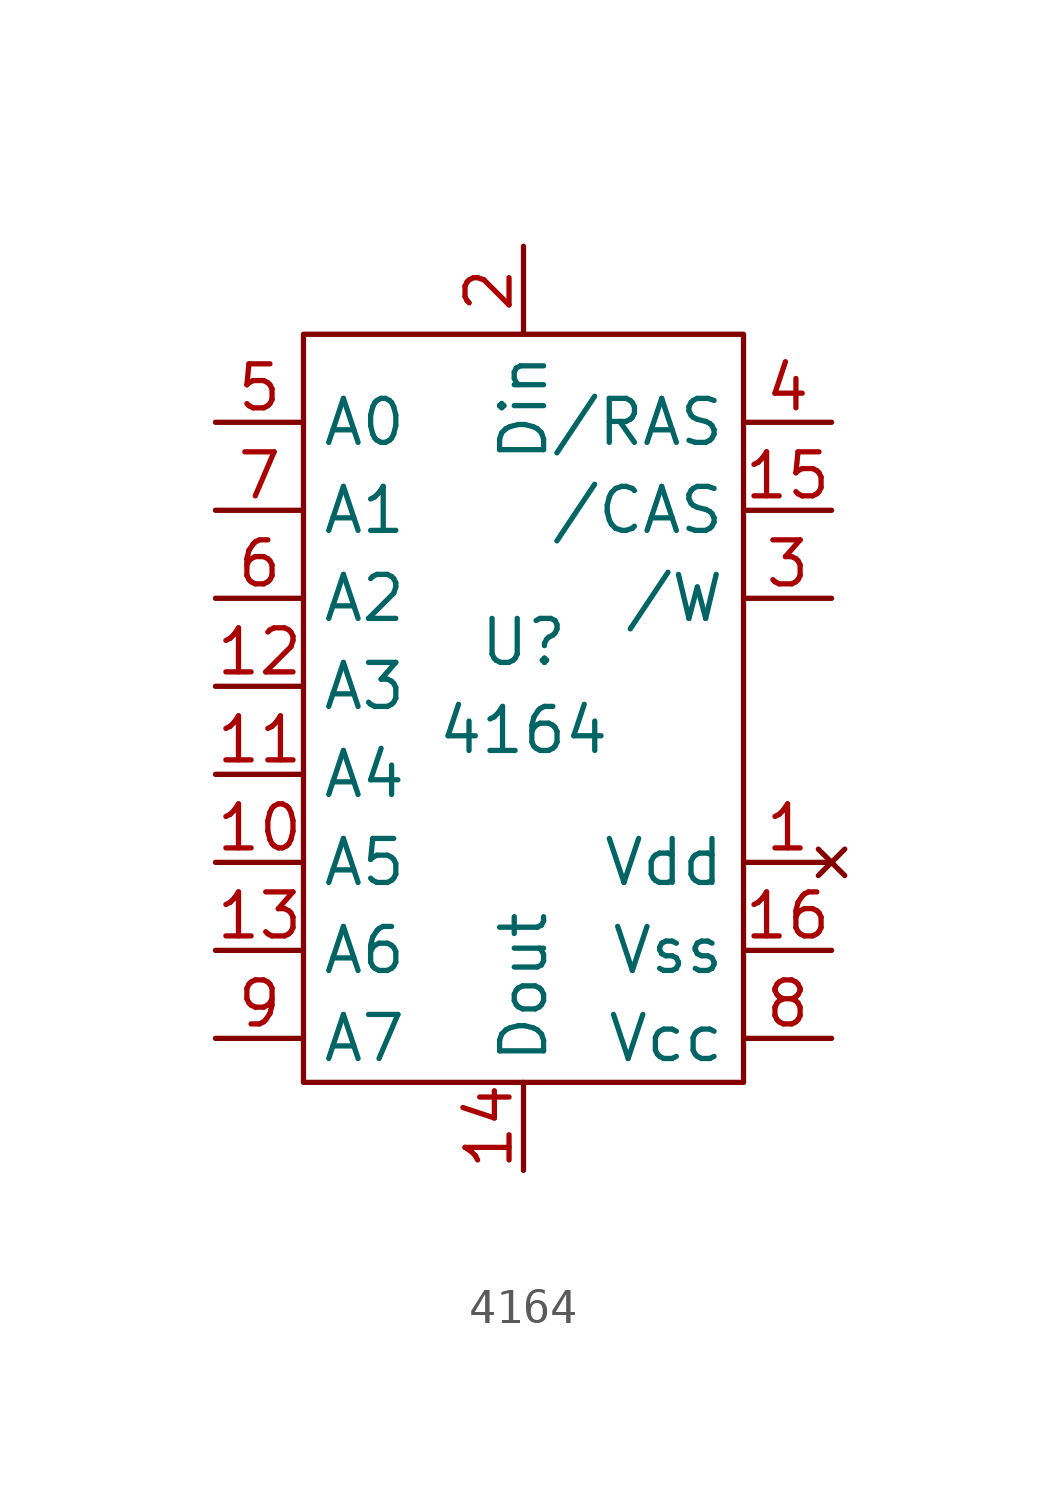
<source format=kicad_sym>
(kicad_symbol_lib
  (version 20211014)
  (generator kicad_symbol_editor)
  (symbol "4164"
    (property "Reference" "U"
      (at 0 2.54 0)
      (effects (font (size 1.27 1.27))))
    (property "Value" "4164"
      (at 0 0 0)
      (effects (font (size 1.27 1.27))))
    (symbol "4164_0_1"
      (rectangle (start -6.35 11.43) (end 6.35 -10.16) (stroke (width 0) (type default) (color 0 0 0 0)) (fill (type none))))
    (symbol "4164_1_1"
      (pin no_connect line (at 8.89 -3.81 180) (length 2.54) (name "Vdd" (effects (font (size 1.27 1.27)))) (number "1" (effects (font (size 1.27 1.27)))))
      (pin input line (at -8.89 -3.81 0) (length 2.54) (name "A5" (effects (font (size 1.27 1.27)))) (number "10" (effects (font (size 1.27 1.27)))))
      (pin input line (at -8.89 -1.27 0) (length 2.54) (name "A4" (effects (font (size 1.27 1.27)))) (number "11" (effects (font (size 1.27 1.27)))))
      (pin input line (at -8.89 1.27 0) (length 2.54) (name "A3" (effects (font (size 1.27 1.27)))) (number "12" (effects (font (size 1.27 1.27)))))
      (pin input line (at -8.89 -6.35 0) (length 2.54) (name "A6" (effects (font (size 1.27 1.27)))) (number "13" (effects (font (size 1.27 1.27)))))
      (pin output line (at 0 -12.7 90) (length 2.54) (name "Dout" (effects (font (size 1.27 1.27)))) (number "14" (effects (font (size 1.27 1.27)))))
      (pin input line (at 8.89 6.35 180) (length 2.54) (name "/CAS" (effects (font (size 1.27 1.27)))) (number "15" (effects (font (size 1.27 1.27)))))
      (pin power_in line (at 8.89 -6.35 180) (length 2.54) (name "Vss" (effects (font (size 1.27 1.27)))) (number "16" (effects (font (size 1.27 1.27)))))
      (pin input line (at 0 13.97 270) (length 2.54) (name "Din" (effects (font (size 1.27 1.27)))) (number "2" (effects (font (size 1.27 1.27)))))
      (pin input line (at 8.89 3.81 180) (length 2.54) (name "/W" (effects (font (size 1.27 1.27)))) (number "3" (effects (font (size 1.27 1.27)))))
      (pin input line (at 8.89 8.89 180) (length 2.54) (name "/RAS" (effects (font (size 1.27 1.27)))) (number "4" (effects (font (size 1.27 1.27)))))
      (pin input line (at -8.89 8.89 0) (length 2.54) (name "A0" (effects (font (size 1.27 1.27)))) (number "5" (effects (font (size 1.27 1.27)))))
      (pin input line (at -8.89 3.81 0) (length 2.54) (name "A2" (effects (font (size 1.27 1.27)))) (number "6" (effects (font (size 1.27 1.27)))))
      (pin input line (at -8.89 6.35 0) (length 2.54) (name "A1" (effects (font (size 1.27 1.27)))) (number "7" (effects (font (size 1.27 1.27)))))
      (pin power_in line (at 8.89 -8.89 180) (length 2.54) (name "Vcc" (effects (font (size 1.27 1.27)))) (number "8" (effects (font (size 1.27 1.27)))))
      (pin input line (at -8.89 -8.89 0) (length 2.54) (name "A7" (effects (font (size 1.27 1.27)))) (number "9" (effects (font (size 1.27 1.27))))))))
</source>
